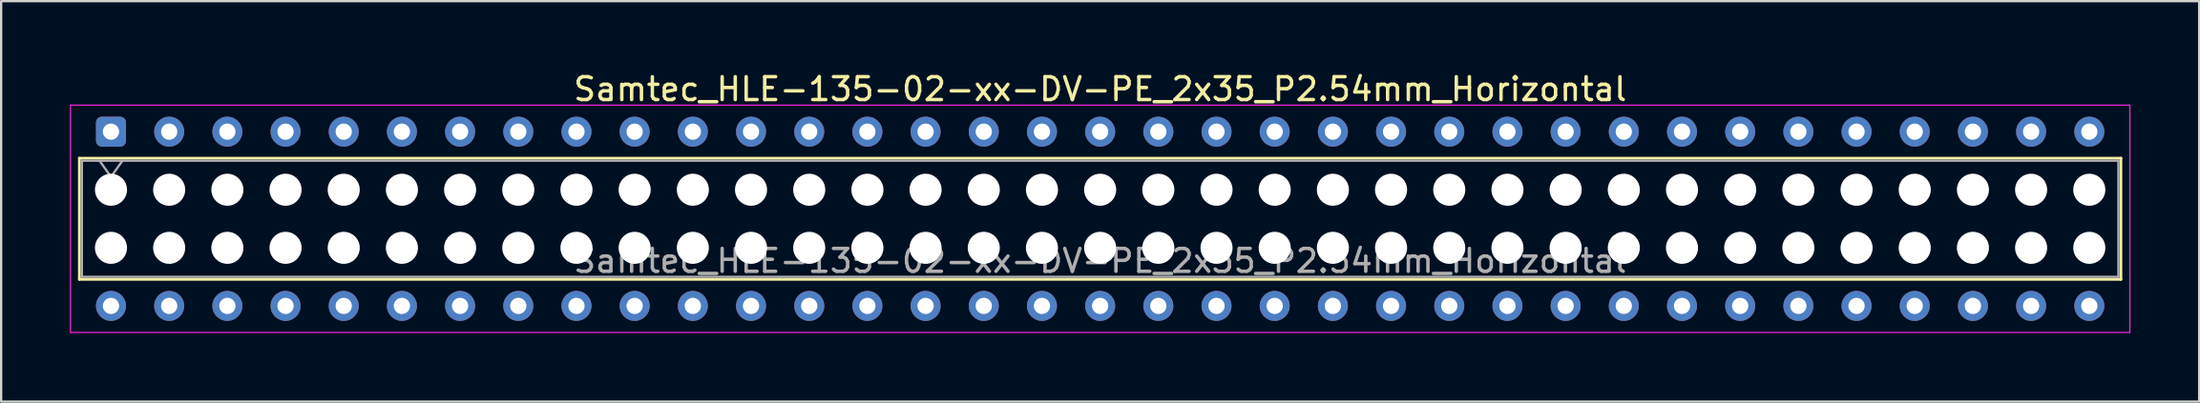
<source format=kicad_pcb>
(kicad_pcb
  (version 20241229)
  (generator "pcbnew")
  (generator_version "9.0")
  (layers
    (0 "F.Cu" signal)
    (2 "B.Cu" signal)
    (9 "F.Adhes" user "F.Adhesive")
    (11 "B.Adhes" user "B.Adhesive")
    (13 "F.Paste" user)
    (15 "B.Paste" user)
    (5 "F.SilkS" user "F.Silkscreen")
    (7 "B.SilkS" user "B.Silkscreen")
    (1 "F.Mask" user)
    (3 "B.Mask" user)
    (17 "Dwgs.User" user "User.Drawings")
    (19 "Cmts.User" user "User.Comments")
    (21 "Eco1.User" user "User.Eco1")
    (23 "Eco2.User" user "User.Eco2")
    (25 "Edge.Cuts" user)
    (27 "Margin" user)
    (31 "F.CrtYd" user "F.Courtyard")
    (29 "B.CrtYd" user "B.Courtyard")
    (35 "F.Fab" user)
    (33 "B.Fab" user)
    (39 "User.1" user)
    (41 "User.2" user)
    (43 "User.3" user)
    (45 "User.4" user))
  (footprint "Samtec_HLE-135-02-xx-DV-PE_2x35_P2.54mm_Horizontal"
    (layer "F.Cu")
    (at 1.795 2.708)
    (property "Reference" "Samtec_HLE-135-02-xx-DV-PE_2x35_P2.54mm_Horizontal" (at 43.18 -1.86 0) (layer "F.SilkS") (effects (font (size 1 1) (thickness 0.15))))
    (attr through_hole)
    (fp_line (start -1.38 1.16) (end 87.74 1.16) (stroke (width 0.12) (type solid)) (layer "F.SilkS"))
    (fp_line (start -1.38 6.46) (end -1.38 1.16) (stroke (width 0.12) (type solid)) (layer "F.SilkS"))
    (fp_line (start 87.74 1.16) (end 87.74 6.46) (stroke (width 0.12) (type solid)) (layer "F.SilkS"))
    (fp_line (start 87.74 6.46) (end -1.38 6.46) (stroke (width 0.12) (type solid)) (layer "F.SilkS"))
    (fp_line (start -1.77 -1.16) (end 88.13 -1.16) (stroke (width 0.05) (type solid)) (layer "F.CrtYd"))
    (fp_line (start -1.77 8.78) (end -1.77 -1.16) (stroke (width 0.05) (type solid)) (layer "F.CrtYd"))
    (fp_line (start 88.13 -1.16) (end 88.13 8.78) (stroke (width 0.05) (type solid)) (layer "F.CrtYd"))
    (fp_line (start 88.13 8.78) (end -1.77 8.78) (stroke (width 0.05) (type solid)) (layer "F.CrtYd"))
    (fp_line (start -1.27 1.27) (end 87.63 1.27) (stroke (width 0.1) (type solid)) (layer "F.Fab"))
    (fp_line (start -1.27 6.35) (end -1.27 1.27) (stroke (width 0.1) (type solid)) (layer "F.Fab"))
    (fp_line (start -0.5 1.27) (end 0 1.977) (stroke (width 0.1) (type solid)) (layer "F.Fab"))
    (fp_line (start 0 1.977) (end 0.5 1.27) (stroke (width 0.1) (type solid)) (layer "F.Fab"))
    (fp_line (start 87.63 1.27) (end 87.63 6.35) (stroke (width 0.1) (type solid)) (layer "F.Fab"))
    (fp_line (start 87.63 6.35) (end -1.27 6.35) (stroke (width 0.1) (type solid)) (layer "F.Fab"))
    (fp_text user "${REFERENCE}" (at 43.18 5.65 0) (layer "F.Fab") (effects (font (size 1 1) (thickness 0.15))))
    (pad "" np_thru_hole circle (at 0 2.54) (size 1.4 1.4) (drill 1.4) (layers "*.Cu" "*.Mask"))
    (pad "" np_thru_hole circle (at 0 5.08) (size 1.4 1.4) (drill 1.4) (layers "*.Cu" "*.Mask"))
    (pad "" np_thru_hole circle (at 2.54 2.54) (size 1.4 1.4) (drill 1.4) (layers "*.Cu" "*.Mask"))
    (pad "" np_thru_hole circle (at 2.54 5.08) (size 1.4 1.4) (drill 1.4) (layers "*.Cu" "*.Mask"))
    (pad "" np_thru_hole circle (at 5.08 2.54) (size 1.4 1.4) (drill 1.4) (layers "*.Cu" "*.Mask"))
    (pad "" np_thru_hole circle (at 5.08 5.08) (size 1.4 1.4) (drill 1.4) (layers "*.Cu" "*.Mask"))
    (pad "" np_thru_hole circle (at 7.62 2.54) (size 1.4 1.4) (drill 1.4) (layers "*.Cu" "*.Mask"))
    (pad "" np_thru_hole circle (at 7.62 5.08) (size 1.4 1.4) (drill 1.4) (layers "*.Cu" "*.Mask"))
    (pad "" np_thru_hole circle (at 10.16 2.54) (size 1.4 1.4) (drill 1.4) (layers "*.Cu" "*.Mask"))
    (pad "" np_thru_hole circle (at 10.16 5.08) (size 1.4 1.4) (drill 1.4) (layers "*.Cu" "*.Mask"))
    (pad "" np_thru_hole circle (at 12.7 2.54) (size 1.4 1.4) (drill 1.4) (layers "*.Cu" "*.Mask"))
    (pad "" np_thru_hole circle (at 12.7 5.08) (size 1.4 1.4) (drill 1.4) (layers "*.Cu" "*.Mask"))
    (pad "" np_thru_hole circle (at 15.24 2.54) (size 1.4 1.4) (drill 1.4) (layers "*.Cu" "*.Mask"))
    (pad "" np_thru_hole circle (at 15.24 5.08) (size 1.4 1.4) (drill 1.4) (layers "*.Cu" "*.Mask"))
    (pad "" np_thru_hole circle (at 17.78 2.54) (size 1.4 1.4) (drill 1.4) (layers "*.Cu" "*.Mask"))
    (pad "" np_thru_hole circle (at 17.78 5.08) (size 1.4 1.4) (drill 1.4) (layers "*.Cu" "*.Mask"))
    (pad "" np_thru_hole circle (at 20.32 2.54) (size 1.4 1.4) (drill 1.4) (layers "*.Cu" "*.Mask"))
    (pad "" np_thru_hole circle (at 20.32 5.08) (size 1.4 1.4) (drill 1.4) (layers "*.Cu" "*.Mask"))
    (pad "" np_thru_hole circle (at 22.86 2.54) (size 1.4 1.4) (drill 1.4) (layers "*.Cu" "*.Mask"))
    (pad "" np_thru_hole circle (at 22.86 5.08) (size 1.4 1.4) (drill 1.4) (layers "*.Cu" "*.Mask"))
    (pad "" np_thru_hole circle (at 25.4 2.54) (size 1.4 1.4) (drill 1.4) (layers "*.Cu" "*.Mask"))
    (pad "" np_thru_hole circle (at 25.4 5.08) (size 1.4 1.4) (drill 1.4) (layers "*.Cu" "*.Mask"))
    (pad "" np_thru_hole circle (at 27.94 2.54) (size 1.4 1.4) (drill 1.4) (layers "*.Cu" "*.Mask"))
    (pad "" np_thru_hole circle (at 27.94 5.08) (size 1.4 1.4) (drill 1.4) (layers "*.Cu" "*.Mask"))
    (pad "" np_thru_hole circle (at 30.48 2.54) (size 1.4 1.4) (drill 1.4) (layers "*.Cu" "*.Mask"))
    (pad "" np_thru_hole circle (at 30.48 5.08) (size 1.4 1.4) (drill 1.4) (layers "*.Cu" "*.Mask"))
    (pad "" np_thru_hole circle (at 33.02 2.54) (size 1.4 1.4) (drill 1.4) (layers "*.Cu" "*.Mask"))
    (pad "" np_thru_hole circle (at 33.02 5.08) (size 1.4 1.4) (drill 1.4) (layers "*.Cu" "*.Mask"))
    (pad "" np_thru_hole circle (at 35.56 2.54) (size 1.4 1.4) (drill 1.4) (layers "*.Cu" "*.Mask"))
    (pad "" np_thru_hole circle (at 35.56 5.08) (size 1.4 1.4) (drill 1.4) (layers "*.Cu" "*.Mask"))
    (pad "" np_thru_hole circle (at 38.1 2.54) (size 1.4 1.4) (drill 1.4) (layers "*.Cu" "*.Mask"))
    (pad "" np_thru_hole circle (at 38.1 5.08) (size 1.4 1.4) (drill 1.4) (layers "*.Cu" "*.Mask"))
    (pad "" np_thru_hole circle (at 40.64 2.54) (size 1.4 1.4) (drill 1.4) (layers "*.Cu" "*.Mask"))
    (pad "" np_thru_hole circle (at 40.64 5.08) (size 1.4 1.4) (drill 1.4) (layers "*.Cu" "*.Mask"))
    (pad "" np_thru_hole circle (at 43.18 2.54) (size 1.4 1.4) (drill 1.4) (layers "*.Cu" "*.Mask"))
    (pad "" np_thru_hole circle (at 43.18 5.08) (size 1.4 1.4) (drill 1.4) (layers "*.Cu" "*.Mask"))
    (pad "" np_thru_hole circle (at 45.72 2.54) (size 1.4 1.4) (drill 1.4) (layers "*.Cu" "*.Mask"))
    (pad "" np_thru_hole circle (at 45.72 5.08) (size 1.4 1.4) (drill 1.4) (layers "*.Cu" "*.Mask"))
    (pad "" np_thru_hole circle (at 48.26 2.54) (size 1.4 1.4) (drill 1.4) (layers "*.Cu" "*.Mask"))
    (pad "" np_thru_hole circle (at 48.26 5.08) (size 1.4 1.4) (drill 1.4) (layers "*.Cu" "*.Mask"))
    (pad "" np_thru_hole circle (at 50.8 2.54) (size 1.4 1.4) (drill 1.4) (layers "*.Cu" "*.Mask"))
    (pad "" np_thru_hole circle (at 50.8 5.08) (size 1.4 1.4) (drill 1.4) (layers "*.Cu" "*.Mask"))
    (pad "" np_thru_hole circle (at 53.34 2.54) (size 1.4 1.4) (drill 1.4) (layers "*.Cu" "*.Mask"))
    (pad "" np_thru_hole circle (at 53.34 5.08) (size 1.4 1.4) (drill 1.4) (layers "*.Cu" "*.Mask"))
    (pad "" np_thru_hole circle (at 55.88 2.54) (size 1.4 1.4) (drill 1.4) (layers "*.Cu" "*.Mask"))
    (pad "" np_thru_hole circle (at 55.88 5.08) (size 1.4 1.4) (drill 1.4) (layers "*.Cu" "*.Mask"))
    (pad "" np_thru_hole circle (at 58.42 2.54) (size 1.4 1.4) (drill 1.4) (layers "*.Cu" "*.Mask"))
    (pad "" np_thru_hole circle (at 58.42 5.08) (size 1.4 1.4) (drill 1.4) (layers "*.Cu" "*.Mask"))
    (pad "" np_thru_hole circle (at 60.96 2.54) (size 1.4 1.4) (drill 1.4) (layers "*.Cu" "*.Mask"))
    (pad "" np_thru_hole circle (at 60.96 5.08) (size 1.4 1.4) (drill 1.4) (layers "*.Cu" "*.Mask"))
    (pad "" np_thru_hole circle (at 63.5 2.54) (size 1.4 1.4) (drill 1.4) (layers "*.Cu" "*.Mask"))
    (pad "" np_thru_hole circle (at 63.5 5.08) (size 1.4 1.4) (drill 1.4) (layers "*.Cu" "*.Mask"))
    (pad "" np_thru_hole circle (at 66.04 2.54) (size 1.4 1.4) (drill 1.4) (layers "*.Cu" "*.Mask"))
    (pad "" np_thru_hole circle (at 66.04 5.08) (size 1.4 1.4) (drill 1.4) (layers "*.Cu" "*.Mask"))
    (pad "" np_thru_hole circle (at 68.58 2.54) (size 1.4 1.4) (drill 1.4) (layers "*.Cu" "*.Mask"))
    (pad "" np_thru_hole circle (at 68.58 5.08) (size 1.4 1.4) (drill 1.4) (layers "*.Cu" "*.Mask"))
    (pad "" np_thru_hole circle (at 71.12 2.54) (size 1.4 1.4) (drill 1.4) (layers "*.Cu" "*.Mask"))
    (pad "" np_thru_hole circle (at 71.12 5.08) (size 1.4 1.4) (drill 1.4) (layers "*.Cu" "*.Mask"))
    (pad "" np_thru_hole circle (at 73.66 2.54) (size 1.4 1.4) (drill 1.4) (layers "*.Cu" "*.Mask"))
    (pad "" np_thru_hole circle (at 73.66 5.08) (size 1.4 1.4) (drill 1.4) (layers "*.Cu" "*.Mask"))
    (pad "" np_thru_hole circle (at 76.2 2.54) (size 1.4 1.4) (drill 1.4) (layers "*.Cu" "*.Mask"))
    (pad "" np_thru_hole circle (at 76.2 5.08) (size 1.4 1.4) (drill 1.4) (layers "*.Cu" "*.Mask"))
    (pad "" np_thru_hole circle (at 78.74 2.54) (size 1.4 1.4) (drill 1.4) (layers "*.Cu" "*.Mask"))
    (pad "" np_thru_hole circle (at 78.74 5.08) (size 1.4 1.4) (drill 1.4) (layers "*.Cu" "*.Mask"))
    (pad "" np_thru_hole circle (at 81.28 2.54) (size 1.4 1.4) (drill 1.4) (layers "*.Cu" "*.Mask"))
    (pad "" np_thru_hole circle (at 81.28 5.08) (size 1.4 1.4) (drill 1.4) (layers "*.Cu" "*.Mask"))
    (pad "" np_thru_hole circle (at 83.82 2.54) (size 1.4 1.4) (drill 1.4) (layers "*.Cu" "*.Mask"))
    (pad "" np_thru_hole circle (at 83.82 5.08) (size 1.4 1.4) (drill 1.4) (layers "*.Cu" "*.Mask"))
    (pad "" np_thru_hole circle (at 86.36 2.54) (size 1.4 1.4) (drill 1.4) (layers "*.Cu" "*.Mask"))
    (pad "" np_thru_hole circle (at 86.36 5.08) (size 1.4 1.4) (drill 1.4) (layers "*.Cu" "*.Mask"))
    (pad "1" thru_hole roundrect (at 0 0) (size 1.31 1.31) (drill 0.71) (layers "*.Cu" "*.Mask") (roundrect_rratio 0.191))
    (pad "2" thru_hole circle (at 0 7.62) (size 1.31 1.31) (drill 0.71) (layers "*.Cu" "*.Mask"))
    (pad "3" thru_hole circle (at 2.54 0) (size 1.31 1.31) (drill 0.71) (layers "*.Cu" "*.Mask"))
    (pad "4" thru_hole circle (at 2.54 7.62) (size 1.31 1.31) (drill 0.71) (layers "*.Cu" "*.Mask"))
    (pad "5" thru_hole circle (at 5.08 0) (size 1.31 1.31) (drill 0.71) (layers "*.Cu" "*.Mask"))
    (pad "6" thru_hole circle (at 5.08 7.62) (size 1.31 1.31) (drill 0.71) (layers "*.Cu" "*.Mask"))
    (pad "7" thru_hole circle (at 7.62 0) (size 1.31 1.31) (drill 0.71) (layers "*.Cu" "*.Mask"))
    (pad "8" thru_hole circle (at 7.62 7.62) (size 1.31 1.31) (drill 0.71) (layers "*.Cu" "*.Mask"))
    (pad "9" thru_hole circle (at 10.16 0) (size 1.31 1.31) (drill 0.71) (layers "*.Cu" "*.Mask"))
    (pad "10" thru_hole circle (at 10.16 7.62) (size 1.31 1.31) (drill 0.71) (layers "*.Cu" "*.Mask"))
    (pad "11" thru_hole circle (at 12.7 0) (size 1.31 1.31) (drill 0.71) (layers "*.Cu" "*.Mask"))
    (pad "12" thru_hole circle (at 12.7 7.62) (size 1.31 1.31) (drill 0.71) (layers "*.Cu" "*.Mask"))
    (pad "13" thru_hole circle (at 15.24 0) (size 1.31 1.31) (drill 0.71) (layers "*.Cu" "*.Mask"))
    (pad "14" thru_hole circle (at 15.24 7.62) (size 1.31 1.31) (drill 0.71) (layers "*.Cu" "*.Mask"))
    (pad "15" thru_hole circle (at 17.78 0) (size 1.31 1.31) (drill 0.71) (layers "*.Cu" "*.Mask"))
    (pad "16" thru_hole circle (at 17.78 7.62) (size 1.31 1.31) (drill 0.71) (layers "*.Cu" "*.Mask"))
    (pad "17" thru_hole circle (at 20.32 0) (size 1.31 1.31) (drill 0.71) (layers "*.Cu" "*.Mask"))
    (pad "18" thru_hole circle (at 20.32 7.62) (size 1.31 1.31) (drill 0.71) (layers "*.Cu" "*.Mask"))
    (pad "19" thru_hole circle (at 22.86 0) (size 1.31 1.31) (drill 0.71) (layers "*.Cu" "*.Mask"))
    (pad "20" thru_hole circle (at 22.86 7.62) (size 1.31 1.31) (drill 0.71) (layers "*.Cu" "*.Mask"))
    (pad "21" thru_hole circle (at 25.4 0) (size 1.31 1.31) (drill 0.71) (layers "*.Cu" "*.Mask"))
    (pad "22" thru_hole circle (at 25.4 7.62) (size 1.31 1.31) (drill 0.71) (layers "*.Cu" "*.Mask"))
    (pad "23" thru_hole circle (at 27.94 0) (size 1.31 1.31) (drill 0.71) (layers "*.Cu" "*.Mask"))
    (pad "24" thru_hole circle (at 27.94 7.62) (size 1.31 1.31) (drill 0.71) (layers "*.Cu" "*.Mask"))
    (pad "25" thru_hole circle (at 30.48 0) (size 1.31 1.31) (drill 0.71) (layers "*.Cu" "*.Mask"))
    (pad "26" thru_hole circle (at 30.48 7.62) (size 1.31 1.31) (drill 0.71) (layers "*.Cu" "*.Mask"))
    (pad "27" thru_hole circle (at 33.02 0) (size 1.31 1.31) (drill 0.71) (layers "*.Cu" "*.Mask"))
    (pad "28" thru_hole circle (at 33.02 7.62) (size 1.31 1.31) (drill 0.71) (layers "*.Cu" "*.Mask"))
    (pad "29" thru_hole circle (at 35.56 0) (size 1.31 1.31) (drill 0.71) (layers "*.Cu" "*.Mask"))
    (pad "30" thru_hole circle (at 35.56 7.62) (size 1.31 1.31) (drill 0.71) (layers "*.Cu" "*.Mask"))
    (pad "31" thru_hole circle (at 38.1 0) (size 1.31 1.31) (drill 0.71) (layers "*.Cu" "*.Mask"))
    (pad "32" thru_hole circle (at 38.1 7.62) (size 1.31 1.31) (drill 0.71) (layers "*.Cu" "*.Mask"))
    (pad "33" thru_hole circle (at 40.64 0) (size 1.31 1.31) (drill 0.71) (layers "*.Cu" "*.Mask"))
    (pad "34" thru_hole circle (at 40.64 7.62) (size 1.31 1.31) (drill 0.71) (layers "*.Cu" "*.Mask"))
    (pad "35" thru_hole circle (at 43.18 0) (size 1.31 1.31) (drill 0.71) (layers "*.Cu" "*.Mask"))
    (pad "36" thru_hole circle (at 43.18 7.62) (size 1.31 1.31) (drill 0.71) (layers "*.Cu" "*.Mask"))
    (pad "37" thru_hole circle (at 45.72 0) (size 1.31 1.31) (drill 0.71) (layers "*.Cu" "*.Mask"))
    (pad "38" thru_hole circle (at 45.72 7.62) (size 1.31 1.31) (drill 0.71) (layers "*.Cu" "*.Mask"))
    (pad "39" thru_hole circle (at 48.26 0) (size 1.31 1.31) (drill 0.71) (layers "*.Cu" "*.Mask"))
    (pad "40" thru_hole circle (at 48.26 7.62) (size 1.31 1.31) (drill 0.71) (layers "*.Cu" "*.Mask"))
    (pad "41" thru_hole circle (at 50.8 0) (size 1.31 1.31) (drill 0.71) (layers "*.Cu" "*.Mask"))
    (pad "42" thru_hole circle (at 50.8 7.62) (size 1.31 1.31) (drill 0.71) (layers "*.Cu" "*.Mask"))
    (pad "43" thru_hole circle (at 53.34 0) (size 1.31 1.31) (drill 0.71) (layers "*.Cu" "*.Mask"))
    (pad "44" thru_hole circle (at 53.34 7.62) (size 1.31 1.31) (drill 0.71) (layers "*.Cu" "*.Mask"))
    (pad "45" thru_hole circle (at 55.88 0) (size 1.31 1.31) (drill 0.71) (layers "*.Cu" "*.Mask"))
    (pad "46" thru_hole circle (at 55.88 7.62) (size 1.31 1.31) (drill 0.71) (layers "*.Cu" "*.Mask"))
    (pad "47" thru_hole circle (at 58.42 0) (size 1.31 1.31) (drill 0.71) (layers "*.Cu" "*.Mask"))
    (pad "48" thru_hole circle (at 58.42 7.62) (size 1.31 1.31) (drill 0.71) (layers "*.Cu" "*.Mask"))
    (pad "49" thru_hole circle (at 60.96 0) (size 1.31 1.31) (drill 0.71) (layers "*.Cu" "*.Mask"))
    (pad "50" thru_hole circle (at 60.96 7.62) (size 1.31 1.31) (drill 0.71) (layers "*.Cu" "*.Mask"))
    (pad "51" thru_hole circle (at 63.5 0) (size 1.31 1.31) (drill 0.71) (layers "*.Cu" "*.Mask"))
    (pad "52" thru_hole circle (at 63.5 7.62) (size 1.31 1.31) (drill 0.71) (layers "*.Cu" "*.Mask"))
    (pad "53" thru_hole circle (at 66.04 0) (size 1.31 1.31) (drill 0.71) (layers "*.Cu" "*.Mask"))
    (pad "54" thru_hole circle (at 66.04 7.62) (size 1.31 1.31) (drill 0.71) (layers "*.Cu" "*.Mask"))
    (pad "55" thru_hole circle (at 68.58 0) (size 1.31 1.31) (drill 0.71) (layers "*.Cu" "*.Mask"))
    (pad "56" thru_hole circle (at 68.58 7.62) (size 1.31 1.31) (drill 0.71) (layers "*.Cu" "*.Mask"))
    (pad "57" thru_hole circle (at 71.12 0) (size 1.31 1.31) (drill 0.71) (layers "*.Cu" "*.Mask"))
    (pad "58" thru_hole circle (at 71.12 7.62) (size 1.31 1.31) (drill 0.71) (layers "*.Cu" "*.Mask"))
    (pad "59" thru_hole circle (at 73.66 0) (size 1.31 1.31) (drill 0.71) (layers "*.Cu" "*.Mask"))
    (pad "60" thru_hole circle (at 73.66 7.62) (size 1.31 1.31) (drill 0.71) (layers "*.Cu" "*.Mask"))
    (pad "61" thru_hole circle (at 76.2 0) (size 1.31 1.31) (drill 0.71) (layers "*.Cu" "*.Mask"))
    (pad "62" thru_hole circle (at 76.2 7.62) (size 1.31 1.31) (drill 0.71) (layers "*.Cu" "*.Mask"))
    (pad "63" thru_hole circle (at 78.74 0) (size 1.31 1.31) (drill 0.71) (layers "*.Cu" "*.Mask"))
    (pad "64" thru_hole circle (at 78.74 7.62) (size 1.31 1.31) (drill 0.71) (layers "*.Cu" "*.Mask"))
    (pad "65" thru_hole circle (at 81.28 0) (size 1.31 1.31) (drill 0.71) (layers "*.Cu" "*.Mask"))
    (pad "66" thru_hole circle (at 81.28 7.62) (size 1.31 1.31) (drill 0.71) (layers "*.Cu" "*.Mask"))
    (pad "67" thru_hole circle (at 83.82 0) (size 1.31 1.31) (drill 0.71) (layers "*.Cu" "*.Mask"))
    (pad "68" thru_hole circle (at 83.82 7.62) (size 1.31 1.31) (drill 0.71) (layers "*.Cu" "*.Mask"))
    (pad "69" thru_hole circle (at 86.36 0) (size 1.31 1.31) (drill 0.71) (layers "*.Cu" "*.Mask"))
    (pad "70" thru_hole circle (at 86.36 7.62) (size 1.31 1.31) (drill 0.71) (layers "*.Cu" "*.Mask")))
  (gr_rect
    (start -3 -3)
    (end 92.95 14.513)
    (stroke (width 0.1) (type default))
    (fill no)
    (layer "Edge.Cuts")))
</source>
